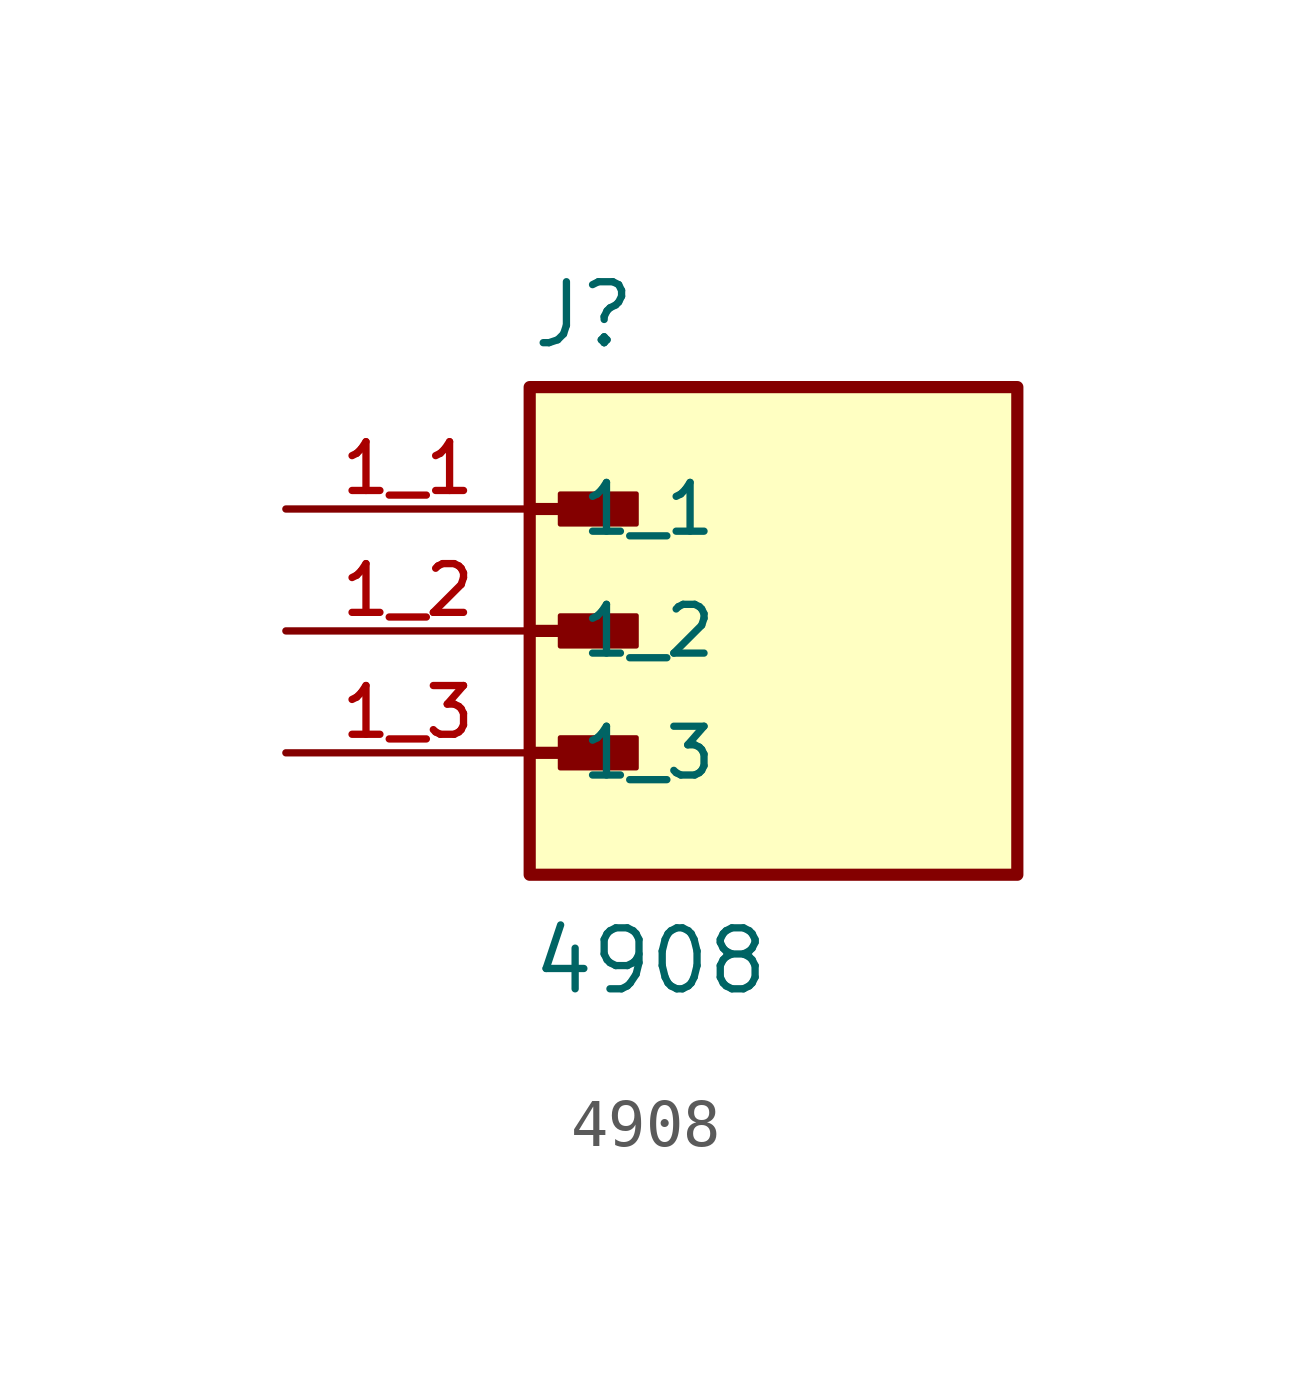
<source format=kicad_sym>
(kicad_symbol_lib
  (version 20231120)
  (generator "kicad_symbol_editor")
  (generator_version "8.0")
  (symbol "4908"
    (pin_names
      (offset 1.016))
    (property "Reference" "J"
      (at -5.08 5.842 0)
      (effects (font (size 1.27 1.27)) (justify left bottom)))
    (property "Value" "4908"
      (at -5.08 -7.62 0)
      (effects (font (size 1.27 1.27)) (justify left bottom)))
    (symbol "4908_0_0"
      (rectangle (start -5.08 -5.08) (end 5.08 5.08) (stroke (width 0.254) (type default)) (fill (type background)))
      (rectangle (start -4.445 -2.857) (end -2.857 -2.223) (stroke (width 0.1) (type default)) (fill (type outline)))
      (rectangle (start -4.445 -0.318) (end -2.857 0.318) (stroke (width 0.1) (type default)) (fill (type outline)))
      (rectangle (start -4.445 2.223) (end -2.857 2.857) (stroke (width 0.1) (type default)) (fill (type outline)))
      (polyline (pts (xy -5.08 -2.54) (xy -3.175 -2.54)) (stroke (width 0.254) (type default)) (fill (type none)))
      (polyline (pts (xy -5.08 0) (xy -3.175 0)) (stroke (width 0.254) (type default)) (fill (type none)))
      (polyline (pts (xy -5.08 2.54) (xy -3.175 2.54)) (stroke (width 0.254) (type default)) (fill (type none)))
      (pin passive line (at -10.16 2.54 0) (length 5.08) (name "1_1" (effects (font (size 1.016 1.016)))) (number "1_1" (effects (font (size 1.016 1.016)))))
      (pin passive line (at -10.16 0 0) (length 5.08) (name "1_2" (effects (font (size 1.016 1.016)))) (number "1_2" (effects (font (size 1.016 1.016)))))
      (pin passive line (at -10.16 -2.54 0) (length 5.08) (name "1_3" (effects (font (size 1.016 1.016)))) (number "1_3" (effects (font (size 1.016 1.016))))))))
</source>
